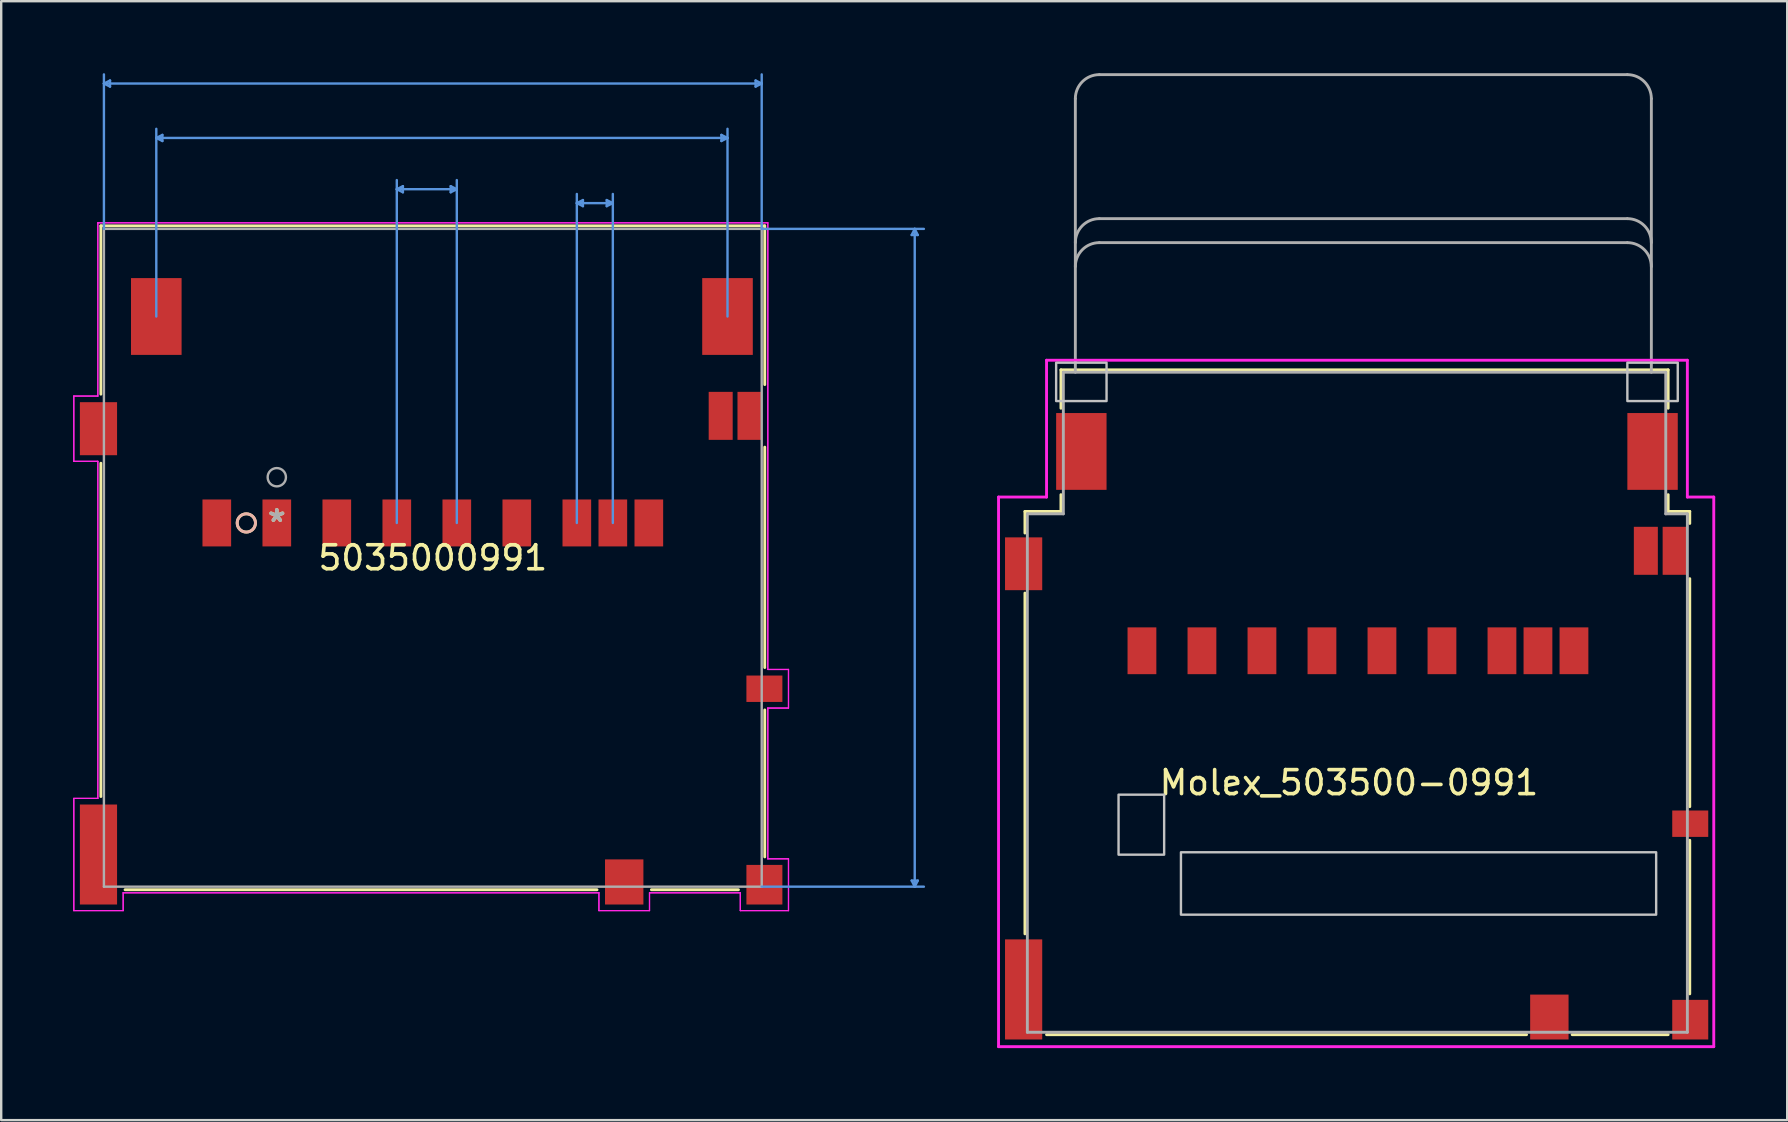
<source format=kicad_pcb>
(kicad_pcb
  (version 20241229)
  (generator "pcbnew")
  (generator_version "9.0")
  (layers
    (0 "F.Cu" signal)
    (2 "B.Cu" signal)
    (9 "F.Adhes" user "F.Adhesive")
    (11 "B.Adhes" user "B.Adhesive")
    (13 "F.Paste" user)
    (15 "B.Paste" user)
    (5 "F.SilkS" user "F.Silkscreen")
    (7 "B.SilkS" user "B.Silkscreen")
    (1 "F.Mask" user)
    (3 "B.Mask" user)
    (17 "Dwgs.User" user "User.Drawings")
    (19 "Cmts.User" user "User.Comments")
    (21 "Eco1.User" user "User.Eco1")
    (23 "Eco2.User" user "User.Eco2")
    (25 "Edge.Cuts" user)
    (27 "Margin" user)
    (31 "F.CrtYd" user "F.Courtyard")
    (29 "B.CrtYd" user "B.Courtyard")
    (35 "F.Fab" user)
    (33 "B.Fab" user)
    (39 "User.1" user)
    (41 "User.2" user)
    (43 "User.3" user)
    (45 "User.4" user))
  (footprint "Molex_503500-0991"
    (layer "F.Cu")
    (at 40.955 14.16)
    (property "Reference" "Molex_503500-0991" (at 12.2 15.4 0) (layer "F.SilkS") (effects (font (size 1 1) (thickness 0.15))))
    (attr smd)
    (fp_line (start -1.3 4.1) (end -1.3 5) (stroke (width 0.12) (type solid)) (layer "F.SilkS"))
    (fp_line (start -1.3 7.5) (end -1.3 21.7) (stroke (width 0.12) (type solid)) (layer "F.SilkS"))
    (fp_line (start -0.4 25.9) (end 19.6 25.9) (stroke (width 0.12) (type solid)) (layer "F.SilkS"))
    (fp_line (start 0.2 -1.8) (end 0.2 -0.2) (stroke (width 0.12) (type solid)) (layer "F.SilkS"))
    (fp_line (start 0.2 3.4) (end 0.2 4.1) (stroke (width 0.12) (type solid)) (layer "F.SilkS"))
    (fp_line (start 0.2 4.1) (end -1.3 4.1) (stroke (width 0.12) (type solid)) (layer "F.SilkS"))
    (fp_line (start 21.5 25.9) (end 25.5 25.9) (stroke (width 0.12) (type solid)) (layer "F.SilkS"))
    (fp_line (start 25.5 -1.8) (end 0.2 -1.8) (stroke (width 0.12) (type solid)) (layer "F.SilkS"))
    (fp_line (start 25.5 -0.2) (end 25.5 -1.8) (stroke (width 0.12) (type solid)) (layer "F.SilkS"))
    (fp_line (start 25.5 4.1) (end 25.5 3.4) (stroke (width 0.12) (type solid)) (layer "F.SilkS"))
    (fp_line (start 26.4 4.1) (end 25.5 4.1) (stroke (width 0.12) (type solid)) (layer "F.SilkS"))
    (fp_line (start 26.4 4.6) (end 26.4 4.1) (stroke (width 0.12) (type solid)) (layer "F.SilkS"))
    (fp_line (start 26.4 16.4) (end 26.4 6.9) (stroke (width 0.12) (type solid)) (layer "F.SilkS"))
    (fp_line (start 26.4 24.2) (end 26.4 17.8) (stroke (width 0.12) (type solid)) (layer "F.SilkS"))
    (fp_poly (pts (xy 2.1 -0.5) (xy 0 -0.5) (xy 0 -2.1) (xy 2.1 -2.1)) (stroke (width 0.1) (type solid)) (fill no) (layer "Dwgs.User"))
    (fp_poly (pts (xy 4.5 18.4) (xy 2.6 18.4) (xy 2.6 15.9) (xy 4.5 15.9)) (stroke (width 0.1) (type solid)) (fill no) (layer "Dwgs.User"))
    (fp_poly (pts (xy 25 20.9) (xy 5.2 20.9) (xy 5.2 18.3) (xy 25 18.3)) (stroke (width 0.1) (type solid)) (fill no) (layer "Dwgs.User"))
    (fp_poly (pts (xy 25.9 -0.5) (xy 23.8 -0.5) (xy 23.8 -2.1) (xy 25.9 -2.1)) (stroke (width 0.1) (type solid)) (fill no) (layer "Dwgs.User"))
    (fp_line (start -2.4 3.5) (end -2.4 26.4) (stroke (width 0.12) (type solid)) (layer "F.CrtYd"))
    (fp_line (start -2.4 26.4) (end 27.4 26.4) (stroke (width 0.12) (type solid)) (layer "F.CrtYd"))
    (fp_line (start -0.4 -2.2) (end -0.4 3.5) (stroke (width 0.12) (type solid)) (layer "F.CrtYd"))
    (fp_line (start -0.4 3.5) (end -2.4 3.5) (stroke (width 0.12) (type solid)) (layer "F.CrtYd"))
    (fp_line (start 26.3 -2.2) (end -0.4 -2.2) (stroke (width 0.12) (type solid)) (layer "F.CrtYd"))
    (fp_line (start 26.3 3.5) (end 26.3 -2.2) (stroke (width 0.12) (type solid)) (layer "F.CrtYd"))
    (fp_line (start 27.4 3.5) (end 26.3 3.5) (stroke (width 0.12) (type solid)) (layer "F.CrtYd"))
    (fp_line (start 27.4 26.4) (end 27.4 3.5) (stroke (width 0.12) (type solid)) (layer "F.CrtYd"))
    (fp_line (start -1.2 4.2) (end -1.2 25.8) (stroke (width 0.12) (type solid)) (layer "F.Fab"))
    (fp_line (start -1.2 25.8) (end 26.3 25.8) (stroke (width 0.12) (type solid)) (layer "F.Fab"))
    (fp_line (start 0.3 4.2) (end -1.2 4.2) (stroke (width 0.12) (type solid)) (layer "F.Fab"))
    (fp_line (start 0.3 4.2) (end 0.3 -1.7) (stroke (width 0.12) (type solid)) (layer "F.Fab"))
    (fp_line (start 0.8 -1.7) (end 0.8 -13.1) (stroke (width 0.12) (type solid)) (layer "F.Fab"))
    (fp_line (start 1.8 -14.1) (end 23.8 -14.1) (stroke (width 0.12) (type solid)) (layer "F.Fab"))
    (fp_line (start 1.8 -8.1) (end 23.8 -8.1) (stroke (width 0.12) (type solid)) (layer "F.Fab"))
    (fp_line (start 1.8 -7.1) (end 23.8 -7.1) (stroke (width 0.12) (type solid)) (layer "F.Fab"))
    (fp_line (start 24.8 -13.1) (end 24.8 -1.7) (stroke (width 0.12) (type solid)) (layer "F.Fab"))
    (fp_line (start 25.4 -1.7) (end 0.3 -1.7) (stroke (width 0.12) (type solid)) (layer "F.Fab"))
    (fp_line (start 25.4 4.2) (end 25.4 -1.7) (stroke (width 0.12) (type solid)) (layer "F.Fab"))
    (fp_line (start 26.3 4.2) (end 25.4 4.2) (stroke (width 0.12) (type solid)) (layer "F.Fab"))
    (fp_line (start 26.3 25.8) (end 26.3 4.2) (stroke (width 0.12) (type solid)) (layer "F.Fab"))
    (fp_arc (start 0.8 -13.1) (mid 1.092893 -13.807107) (end 1.8 -14.1) (stroke (width 0.12) (type solid)) (layer "F.Fab"))
    (fp_arc (start 0.8 -7.1) (mid 1.092893 -7.807107) (end 1.8 -8.1) (stroke (width 0.12) (type solid)) (layer "F.Fab"))
    (fp_arc (start 0.8 -6.1) (mid 1.092893 -6.807107) (end 1.8 -7.1) (stroke (width 0.12) (type solid)) (layer "F.Fab"))
    (fp_arc (start 23.8 -14.1) (mid 24.507107 -13.807107) (end 24.8 -13.1) (stroke (width 0.12) (type solid)) (layer "F.Fab"))
    (fp_arc (start 23.8 -8.1) (mid 24.507107 -7.807107) (end 24.8 -7.1) (stroke (width 0.12) (type solid)) (layer "F.Fab"))
    (fp_arc (start 23.8 -7.1) (mid 24.507107 -6.807107) (end 24.8 -6.1) (stroke (width 0.12) (type solid)) (layer "F.Fab"))
    (pad "1" smd rect (at 6.075 9.905) (size 1.2 1.95) (layers "F.Cu" "F.Mask" "F.Paste"))
    (pad "2" smd rect (at 8.575 9.905) (size 1.2 1.95) (layers "F.Cu" "F.Mask" "F.Paste"))
    (pad "3" smd rect (at 11.075 9.905) (size 1.2 1.95) (layers "F.Cu" "F.Mask" "F.Paste"))
    (pad "4" smd rect (at 13.575 9.905) (size 1.2 1.95) (layers "F.Cu" "F.Mask" "F.Paste"))
    (pad "5" smd rect (at 16.075 9.905) (size 1.2 1.95) (layers "F.Cu" "F.Mask" "F.Paste"))
    (pad "6" smd rect (at 18.575 9.905) (size 1.2 1.95) (layers "F.Cu" "F.Mask" "F.Paste"))
    (pad "7" smd rect (at 20.075 9.905) (size 1.2 1.95) (layers "F.Cu" "F.Mask" "F.Paste"))
    (pad "8" smd rect (at 21.575 9.905) (size 1.2 1.95) (layers "F.Cu" "F.Mask" "F.Paste"))
    (pad "9" smd rect (at 3.575 9.905) (size 1.2 1.95) (layers "F.Cu" "F.Mask" "F.Paste"))
    (pad "CD1" smd rect (at 26.42 17.11) (size 1.5 1.1) (layers "F.Cu" "F.Mask" "F.Paste"))
    (pad "CD2" smd rect (at 20.55 25.165) (size 1.6 1.87) (layers "F.Cu" "F.Mask" "F.Paste"))
    (pad "SH" smd rect (at -1.355 6.28) (size 1.55 2.2) (layers "F.Cu" "F.Mask" "F.Paste"))
    (pad "SH" smd rect (at -1.355 24.015) (size 1.55 4.17) (layers "F.Cu" "F.Mask" "F.Paste"))
    (pad "SH" smd rect (at 1.05 1.6) (size 2.1 3.2) (layers "F.Cu" "F.Mask" "F.Paste"))
    (pad "SH" smd rect (at 24.85 1.6) (size 2.1 3.2) (layers "F.Cu" "F.Mask" "F.Paste"))
    (pad "SH" smd rect (at 26.42 25.275) (size 1.5 1.65) (layers "F.Cu" "F.Mask" "F.Paste"))
    (pad "WP1" smd rect (at 25.77 5.74) (size 1 2) (layers "F.Cu" "F.Mask" "F.Paste"))
    (pad "WP2" smd rect (at 24.57 5.74) (size 1 2) (layers "F.Cu" "F.Mask" "F.Paste")))
  (footprint "5035000991"
    (layer "F.Cu")
    (at 8.483 18.739)
    (property "Reference" "5035000991" (at 6.5 1.452 0) (layer "F.SilkS") (effects (font (size 1 1) (thickness 0.15))))
    (attr through_hole)
    (fp_line (start -7.33 -12.379) (end -7.33 -5.365) (stroke (width 0.12) (type solid)) (layer "F.SilkS"))
    (fp_line (start -7.33 -2.489) (end -7.33 11.399) (stroke (width 0.12) (type solid)) (layer "F.SilkS"))
    (fp_line (start -6.322 15.282) (end 13.342 15.282) (stroke (width 0.12) (type solid)) (layer "F.SilkS"))
    (fp_line (start 15.608 15.282) (end 19.234 15.282) (stroke (width 0.12) (type solid)) (layer "F.SilkS"))
    (fp_line (start 20.331 -12.379) (end -7.33 -12.379) (stroke (width 0.12) (type solid)) (layer "F.SilkS"))
    (fp_line (start 20.331 -5.766) (end 20.331 -12.379) (stroke (width 0.12) (type solid)) (layer "F.SilkS"))
    (fp_line (start 20.331 6.025) (end 20.331 -3.159) (stroke (width 0.12) (type solid)) (layer "F.SilkS"))
    (fp_line (start 20.331 13.915) (end 20.331 7.791) (stroke (width 0.12) (type solid)) (layer "F.SilkS"))
    (fp_circle (center -1.27 0) (end -0.889 0) (stroke (width 0.12) (type solid)) (fill no) (layer "F.SilkS"))
    (fp_circle (center -1.27 0) (end -0.889 0) (stroke (width 0.12) (type solid)) (fill no) (layer "B.SilkS"))
    (fp_line (start -7.203 -18.308) (end 20.204 -18.308) (stroke (width 0.1) (type solid)) (layer "Cmts.User"))
    (fp_line (start -7.203 -12.252) (end -7.203 -18.689) (stroke (width 0.1) (type solid)) (layer "Cmts.User"))
    (fp_line (start -6.949 -18.181) (end -7.203 -18.308) (stroke (width 0.1) (type solid)) (layer "Cmts.User"))
    (fp_line (start -6.949 -18.181) (end -6.949 -18.435) (stroke (width 0.1) (type solid)) (layer "Cmts.User"))
    (fp_line (start -6.949 -18.435) (end -7.203 -18.308) (stroke (width 0.1) (type solid)) (layer "Cmts.User"))
    (fp_line (start -5.021 -8.602) (end -5.021 -16.422) (stroke (width 0.1) (type solid)) (layer "Cmts.User"))
    (fp_line (start -4.767 -15.914) (end -5.021 -16.041) (stroke (width 0.1) (type solid)) (layer "Cmts.User"))
    (fp_line (start -4.767 -15.914) (end -4.767 -16.168) (stroke (width 0.1) (type solid)) (layer "Cmts.User"))
    (fp_line (start -4.767 -16.168) (end -5.021 -16.041) (stroke (width 0.1) (type solid)) (layer "Cmts.User"))
    (fp_line (start 5 0) (end 5 -14.286) (stroke (width 0.1) (type solid)) (layer "Cmts.User"))
    (fp_line (start 5.254 -13.778) (end 5 -13.905) (stroke (width 0.1) (type solid)) (layer "Cmts.User"))
    (fp_line (start 5.254 -13.778) (end 5.254 -14.032) (stroke (width 0.1) (type solid)) (layer "Cmts.User"))
    (fp_line (start 5.254 -14.032) (end 5 -13.905) (stroke (width 0.1) (type solid)) (layer "Cmts.User"))
    (fp_line (start 7.246 -13.778) (end 7.5 -13.905) (stroke (width 0.1) (type solid)) (layer "Cmts.User"))
    (fp_line (start 7.246 -14.032) (end 7.246 -13.778) (stroke (width 0.1) (type solid)) (layer "Cmts.User"))
    (fp_line (start 7.246 -14.032) (end 7.5 -13.905) (stroke (width 0.1) (type solid)) (layer "Cmts.User"))
    (fp_line (start 7.5 -13.905) (end 5 -13.905) (stroke (width 0.1) (type solid)) (layer "Cmts.User"))
    (fp_line (start 7.5 0) (end 7.5 -14.286) (stroke (width 0.1) (type solid)) (layer "Cmts.User"))
    (fp_line (start 12.501 0) (end 12.501 -13.707) (stroke (width 0.1) (type solid)) (layer "Cmts.User"))
    (fp_line (start 12.755 -13.199) (end 12.501 -13.326) (stroke (width 0.1) (type solid)) (layer "Cmts.User"))
    (fp_line (start 12.755 -13.199) (end 12.755 -13.453) (stroke (width 0.1) (type solid)) (layer "Cmts.User"))
    (fp_line (start 12.755 -13.453) (end 12.501 -13.326) (stroke (width 0.1) (type solid)) (layer "Cmts.User"))
    (fp_line (start 13.747 -13.199) (end 14.001 -13.326) (stroke (width 0.1) (type solid)) (layer "Cmts.User"))
    (fp_line (start 13.747 -13.453) (end 13.747 -13.199) (stroke (width 0.1) (type solid)) (layer "Cmts.User"))
    (fp_line (start 13.747 -13.453) (end 14.001 -13.326) (stroke (width 0.1) (type solid)) (layer "Cmts.User"))
    (fp_line (start 14.001 -13.326) (end 12.501 -13.326) (stroke (width 0.1) (type solid)) (layer "Cmts.User"))
    (fp_line (start 14.001 0) (end 14.001 -13.707) (stroke (width 0.1) (type solid)) (layer "Cmts.User"))
    (fp_line (start 18.525 -16.168) (end 18.525 -15.914) (stroke (width 0.1) (type solid)) (layer "Cmts.User"))
    (fp_line (start 18.525 -16.168) (end 18.779 -16.041) (stroke (width 0.1) (type solid)) (layer "Cmts.User"))
    (fp_line (start 18.525 -15.914) (end 18.779 -16.041) (stroke (width 0.1) (type solid)) (layer "Cmts.User"))
    (fp_line (start 18.779 -16.041) (end -5.021 -16.041) (stroke (width 0.1) (type solid)) (layer "Cmts.User"))
    (fp_line (start 18.779 -8.602) (end 18.779 -16.422) (stroke (width 0.1) (type solid)) (layer "Cmts.User"))
    (fp_line (start 19.95 -18.435) (end 19.95 -18.181) (stroke (width 0.1) (type solid)) (layer "Cmts.User"))
    (fp_line (start 19.95 -18.435) (end 20.204 -18.308) (stroke (width 0.1) (type solid)) (layer "Cmts.User"))
    (fp_line (start 19.95 -18.181) (end 20.204 -18.308) (stroke (width 0.1) (type solid)) (layer "Cmts.User"))
    (fp_line (start 20.204 -12.252) (end 20.204 -18.689) (stroke (width 0.1) (type solid)) (layer "Cmts.User"))
    (fp_line (start 20.204 -12.252) (end 26.961 -12.252) (stroke (width 0.1) (type solid)) (layer "Cmts.User"))
    (fp_line (start 20.204 15.155) (end 26.961 15.155) (stroke (width 0.1) (type solid)) (layer "Cmts.User"))
    (fp_line (start 26.453 14.901) (end 26.58 15.155) (stroke (width 0.1) (type solid)) (layer "Cmts.User"))
    (fp_line (start 26.453 -11.998) (end 26.58 -12.252) (stroke (width 0.1) (type solid)) (layer "Cmts.User"))
    (fp_line (start 26.453 -11.998) (end 26.707 -11.998) (stroke (width 0.1) (type solid)) (layer "Cmts.User"))
    (fp_line (start 26.58 -12.252) (end 26.58 15.155) (stroke (width 0.1) (type solid)) (layer "Cmts.User"))
    (fp_line (start 26.707 14.901) (end 26.453 14.901) (stroke (width 0.1) (type solid)) (layer "Cmts.User"))
    (fp_line (start 26.707 14.901) (end 26.58 15.155) (stroke (width 0.1) (type solid)) (layer "Cmts.User"))
    (fp_line (start 26.707 -11.998) (end 26.58 -12.252) (stroke (width 0.1) (type solid)) (layer "Cmts.User"))
    (fp_line (start -8.458 -5.286) (end -8.458 -2.568) (stroke (width 0.05) (type solid)) (layer "F.CrtYd"))
    (fp_line (start -8.458 -5.286) (end -8.458 -2.568) (stroke (width 0.05) (type solid)) (layer "F.CrtYd"))
    (fp_line (start -8.458 -2.568) (end -7.457 -2.568) (stroke (width 0.05) (type solid)) (layer "F.CrtYd"))
    (fp_line (start -8.458 -2.568) (end -7.457 -2.568) (stroke (width 0.05) (type solid)) (layer "F.CrtYd"))
    (fp_line (start -8.458 11.478) (end -8.458 16.152) (stroke (width 0.05) (type solid)) (layer "F.CrtYd"))
    (fp_line (start -8.458 11.478) (end -8.458 16.152) (stroke (width 0.05) (type solid)) (layer "F.CrtYd"))
    (fp_line (start -8.458 16.152) (end -6.401 16.152) (stroke (width 0.05) (type solid)) (layer "F.CrtYd"))
    (fp_line (start -8.458 16.152) (end -6.401 16.152) (stroke (width 0.05) (type solid)) (layer "F.CrtYd"))
    (fp_line (start -7.457 -12.506) (end -7.457 -5.286) (stroke (width 0.05) (type solid)) (layer "F.CrtYd"))
    (fp_line (start -7.457 -12.506) (end -7.457 -5.286) (stroke (width 0.05) (type solid)) (layer "F.CrtYd"))
    (fp_line (start -7.457 -5.286) (end -8.458 -5.286) (stroke (width 0.05) (type solid)) (layer "F.CrtYd"))
    (fp_line (start -7.457 -5.286) (end -8.458 -5.286) (stroke (width 0.05) (type solid)) (layer "F.CrtYd"))
    (fp_line (start -7.457 -2.568) (end -7.457 11.478) (stroke (width 0.05) (type solid)) (layer "F.CrtYd"))
    (fp_line (start -7.457 -2.568) (end -7.457 11.478) (stroke (width 0.05) (type solid)) (layer "F.CrtYd"))
    (fp_line (start -7.457 11.478) (end -8.458 11.478) (stroke (width 0.05) (type solid)) (layer "F.CrtYd"))
    (fp_line (start -7.457 11.478) (end -8.458 11.478) (stroke (width 0.05) (type solid)) (layer "F.CrtYd"))
    (fp_line (start -6.401 15.409) (end 13.421 15.409) (stroke (width 0.05) (type solid)) (layer "F.CrtYd"))
    (fp_line (start -6.401 15.409) (end 13.421 15.409) (stroke (width 0.05) (type solid)) (layer "F.CrtYd"))
    (fp_line (start -6.401 16.152) (end -6.401 15.409) (stroke (width 0.05) (type solid)) (layer "F.CrtYd"))
    (fp_line (start -6.401 16.152) (end -6.401 15.409) (stroke (width 0.05) (type solid)) (layer "F.CrtYd"))
    (fp_line (start 13.421 15.409) (end 13.421 16.151) (stroke (width 0.05) (type solid)) (layer "F.CrtYd"))
    (fp_line (start 13.421 15.409) (end 13.421 16.151) (stroke (width 0.05) (type solid)) (layer "F.CrtYd"))
    (fp_line (start 13.421 16.151) (end 15.529 16.151) (stroke (width 0.05) (type solid)) (layer "F.CrtYd"))
    (fp_line (start 13.421 16.151) (end 15.529 16.151) (stroke (width 0.05) (type solid)) (layer "F.CrtYd"))
    (fp_line (start 15.529 15.409) (end 19.313 15.409) (stroke (width 0.05) (type solid)) (layer "F.CrtYd"))
    (fp_line (start 15.529 15.409) (end 19.313 15.409) (stroke (width 0.05) (type solid)) (layer "F.CrtYd"))
    (fp_line (start 15.529 16.151) (end 15.529 15.409) (stroke (width 0.05) (type solid)) (layer "F.CrtYd"))
    (fp_line (start 15.529 16.151) (end 15.529 15.409) (stroke (width 0.05) (type solid)) (layer "F.CrtYd"))
    (fp_line (start 19.313 15.409) (end 19.313 16.152) (stroke (width 0.05) (type solid)) (layer "F.CrtYd"))
    (fp_line (start 19.313 15.409) (end 19.313 16.152) (stroke (width 0.05) (type solid)) (layer "F.CrtYd"))
    (fp_line (start 19.313 16.152) (end 21.32 16.152) (stroke (width 0.05) (type solid)) (layer "F.CrtYd"))
    (fp_line (start 19.313 16.152) (end 21.32 16.152) (stroke (width 0.05) (type solid)) (layer "F.CrtYd"))
    (fp_line (start 20.458 -12.506) (end -7.457 -12.506) (stroke (width 0.05) (type solid)) (layer "F.CrtYd"))
    (fp_line (start 20.458 -12.506) (end -7.457 -12.506) (stroke (width 0.05) (type solid)) (layer "F.CrtYd"))
    (fp_line (start 20.458 6.104) (end 20.458 -12.506) (stroke (width 0.05) (type solid)) (layer "F.CrtYd"))
    (fp_line (start 20.458 6.104) (end 20.458 -12.506) (stroke (width 0.05) (type solid)) (layer "F.CrtYd"))
    (fp_line (start 20.458 7.712) (end 21.32 7.712) (stroke (width 0.05) (type solid)) (layer "F.CrtYd"))
    (fp_line (start 20.458 7.712) (end 21.32 7.712) (stroke (width 0.05) (type solid)) (layer "F.CrtYd"))
    (fp_line (start 20.458 13.994) (end 20.458 7.712) (stroke (width 0.05) (type solid)) (layer "F.CrtYd"))
    (fp_line (start 20.458 13.994) (end 20.458 7.712) (stroke (width 0.05) (type solid)) (layer "F.CrtYd"))
    (fp_line (start 21.32 6.104) (end 20.458 6.104) (stroke (width 0.05) (type solid)) (layer "F.CrtYd"))
    (fp_line (start 21.32 6.104) (end 20.458 6.104) (stroke (width 0.05) (type solid)) (layer "F.CrtYd"))
    (fp_line (start 21.32 7.712) (end 21.32 6.104) (stroke (width 0.05) (type solid)) (layer "F.CrtYd"))
    (fp_line (start 21.32 7.712) (end 21.32 6.104) (stroke (width 0.05) (type solid)) (layer "F.CrtYd"))
    (fp_line (start 21.32 13.994) (end 20.458 13.994) (stroke (width 0.05) (type solid)) (layer "F.CrtYd"))
    (fp_line (start 21.32 13.994) (end 20.458 13.994) (stroke (width 0.05) (type solid)) (layer "F.CrtYd"))
    (fp_line (start 21.32 16.152) (end 21.32 13.994) (stroke (width 0.05) (type solid)) (layer "F.CrtYd"))
    (fp_line (start 21.32 16.152) (end 21.32 13.994) (stroke (width 0.05) (type solid)) (layer "F.CrtYd"))
    (fp_line (start -7.203 -12.252) (end -7.203 15.155) (stroke (width 0.1) (type solid)) (layer "F.Fab"))
    (fp_line (start -7.203 15.155) (end 20.204 15.155) (stroke (width 0.1) (type solid)) (layer "F.Fab"))
    (fp_line (start 20.204 -12.252) (end -7.203 -12.252) (stroke (width 0.1) (type solid)) (layer "F.Fab"))
    (fp_line (start 20.204 15.155) (end 20.204 -12.252) (stroke (width 0.1) (type solid)) (layer "F.Fab"))
    (fp_circle (center 0 -1.905) (end 0.381 -1.905) (stroke (width 0.1) (type solid)) (fill no) (layer "F.Fab"))
    (fp_text user "*" (at 0 0 0) (layer "F.SilkS") (effects (font (size 1 1) (thickness 0.15))))
    (fp_text user "Copyright 2021 Accelerated Designs. All rights reserved." (at 0 0 0) (layer "Cmts.User") (effects (font (size 0.127 0.127) (thickness 0.002))))
    (fp_text user "*" (at 0 0 0) (layer "F.Fab") (effects (font (size 1 1) (thickness 0.15))))
    (pad "1" smd rect (at 0 0) (size 1.194 1.956) (layers "F.Cu" "F.Mask" "F.Paste"))
    (pad "2" smd rect (at 2.5 0) (size 1.194 1.956) (layers "F.Cu" "F.Mask" "F.Paste"))
    (pad "3" smd rect (at 5 0) (size 1.194 1.956) (layers "F.Cu" "F.Mask" "F.Paste"))
    (pad "4" smd rect (at 7.5 0) (size 1.194 1.956) (layers "F.Cu" "F.Mask" "F.Paste"))
    (pad "5" smd rect (at 10 0) (size 1.194 1.956) (layers "F.Cu" "F.Mask" "F.Paste"))
    (pad "6" smd rect (at 12.501 0) (size 1.194 1.956) (layers "F.Cu" "F.Mask" "F.Paste"))
    (pad "7" smd rect (at 14.001 0) (size 1.194 1.956) (layers "F.Cu" "F.Mask" "F.Paste"))
    (pad "8" smd rect (at 15.501 0) (size 1.194 1.956) (layers "F.Cu" "F.Mask" "F.Paste"))
    (pad "9" smd rect (at -2.5 0) (size 1.194 1.956) (layers "F.Cu" "F.Mask" "F.Paste"))
    (pad "10" smd rect (at -5.021 -8.602 90) (size 3.2 2.108) (layers "F.Cu" "F.Mask" "F.Paste"))
    (pad "11" smd rect (at 18.779 -8.602 90) (size 3.2 2.108) (layers "F.Cu" "F.Mask" "F.Paste"))
    (pad "12" smd rect (at -7.43 -3.927) (size 1.549 2.21) (layers "F.Cu" "F.Mask" "F.Paste"))
    (pad "13" smd rect (at 18.495 -4.462) (size 1 2) (layers "F.Cu" "F.Mask" "F.Paste"))
    (pad "14" smd rect (at 19.695 -4.462) (size 1 2) (layers "F.Cu" "F.Mask" "F.Paste"))
    (pad "15" smd rect (at -7.43 13.815) (size 1.549 4.166) (layers "F.Cu" "F.Mask" "F.Paste"))
    (pad "16" smd rect (at 14.475 14.958) (size 1.6 1.88) (layers "F.Cu" "F.Mask" "F.Paste"))
    (pad "17" smd rect (at 20.316 15.073) (size 1.499 1.65) (layers "F.Cu" "F.Mask" "F.Paste"))
    (pad "18" smd rect (at 20.316 6.908) (size 1.499 1.1) (layers "F.Cu" "F.Mask" "F.Paste")))
  (gr_rect
    (start -3 -3)
    (end 71.415 43.62)
    (stroke (width 0.1) (type default))
    (fill no)
    (layer "Edge.Cuts")))
</source>
